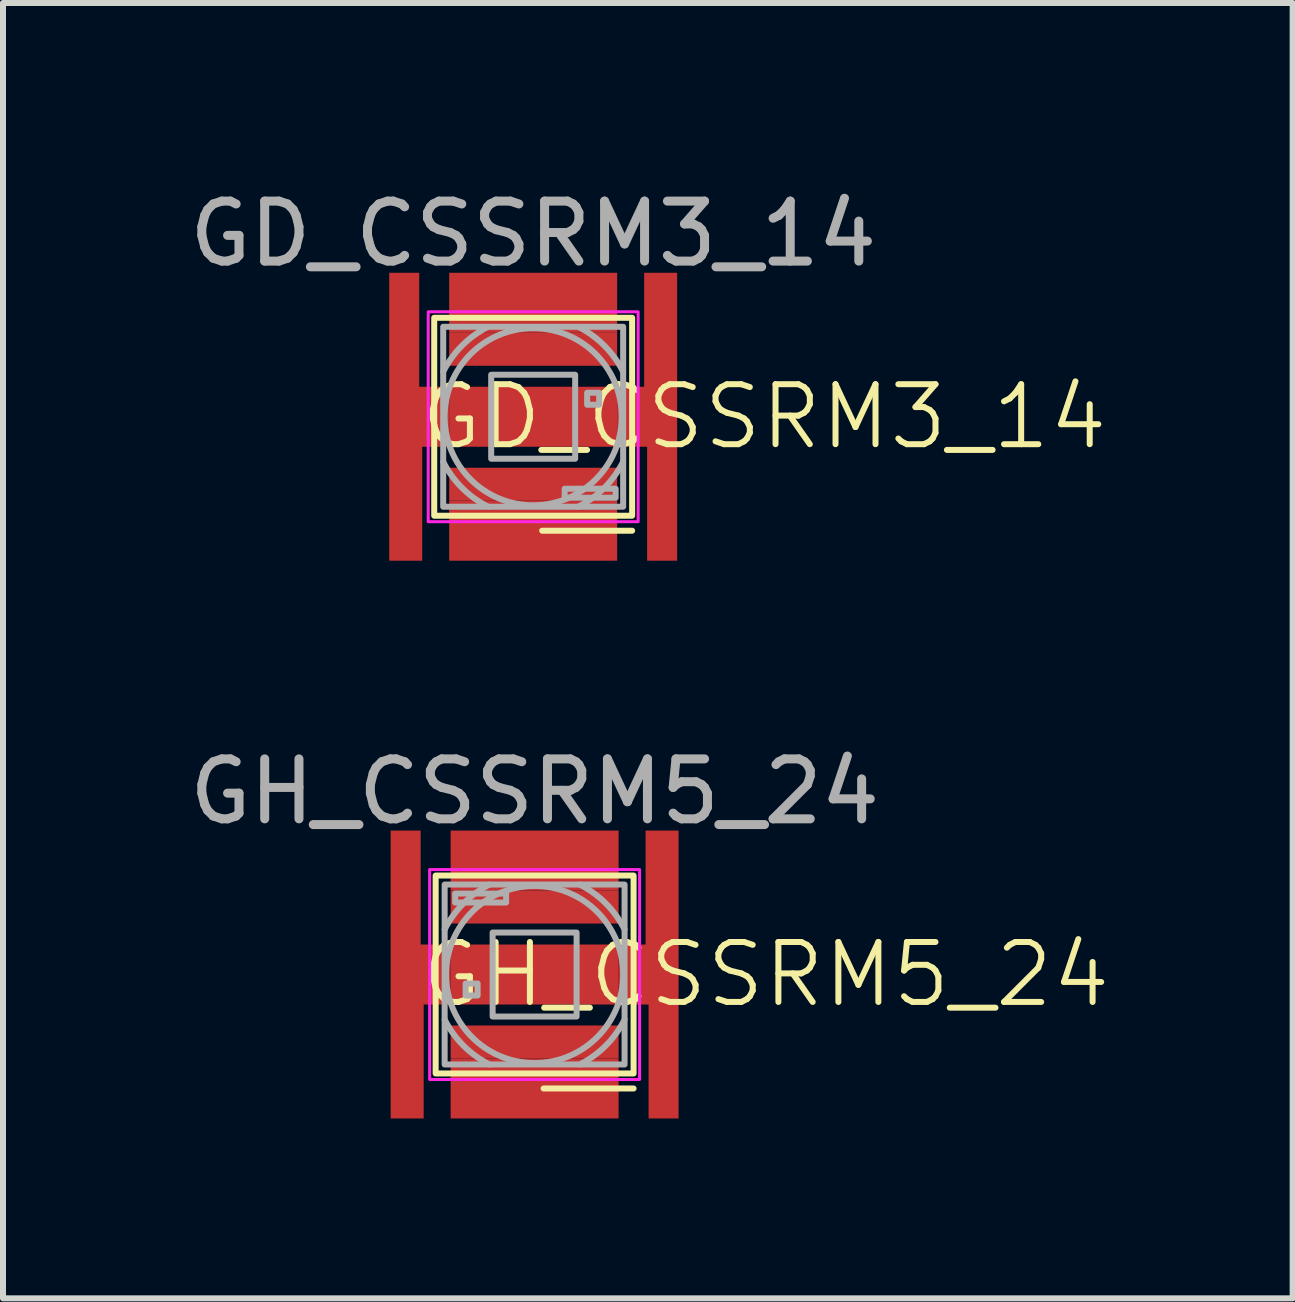
<source format=kicad_pcb>
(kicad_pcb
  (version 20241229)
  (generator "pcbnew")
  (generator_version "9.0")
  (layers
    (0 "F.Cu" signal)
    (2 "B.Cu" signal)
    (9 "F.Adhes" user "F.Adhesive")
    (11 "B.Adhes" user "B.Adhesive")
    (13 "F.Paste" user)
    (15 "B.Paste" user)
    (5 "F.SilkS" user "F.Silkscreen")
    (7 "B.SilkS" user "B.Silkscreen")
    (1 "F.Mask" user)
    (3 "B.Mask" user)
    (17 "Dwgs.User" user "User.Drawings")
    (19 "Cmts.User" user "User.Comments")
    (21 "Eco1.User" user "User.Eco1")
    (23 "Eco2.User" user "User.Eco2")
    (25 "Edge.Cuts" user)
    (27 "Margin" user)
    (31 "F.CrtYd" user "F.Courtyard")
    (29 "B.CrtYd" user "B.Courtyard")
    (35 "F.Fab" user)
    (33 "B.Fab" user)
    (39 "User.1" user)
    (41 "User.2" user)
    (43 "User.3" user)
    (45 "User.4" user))
  (footprint "GD_CSSRM3_14"
    (layer "F.Cu")
    (at 5.839 3.898)
    (property "Reference" "GD_CSSRM3_14" (at 3.85 0 0) (unlocked yes) (layer "F.SilkS") (effects (font (size 1 1) (thickness 0.1))))
    (attr smd)
    (fp_rect (start -1.4 -2.4) (end 1.4 -1.4) (stroke (width 0) (type solid)) (fill yes) (layer "F.Cu"))
    (fp_rect (start -1.4 1.4) (end 1.4 2.4) (stroke (width 0) (type solid)) (fill yes) (layer "F.Cu"))
    (fp_poly (pts (xy -1.4 0.5) (xy -1.85 0.5) (xy -1.85 2.4) (xy -2.4 2.4) (xy -2.4 -2.4) (xy -1.9 -2.4) (xy -1.9 -0.5) (xy -1.4 -0.5)) (stroke (width 0) (type solid)) (fill yes) (layer "F.Cu"))
    (fp_poly (pts (xy 1.4 -0.5) (xy 1.85 -0.5) (xy 1.85 -2.4) (xy 2.4 -2.4) (xy 2.4 2.4) (xy 1.9 2.4) (xy 1.9 0.5) (xy 1.4 0.5)) (stroke (width 0) (type solid)) (fill yes) (layer "F.Cu"))
    (fp_line (start 1.65 1.9) (end 0.15 1.9) (stroke (width 0.1) (type default)) (layer "F.SilkS"))
    (fp_rect (start -1.65 -1.65) (end 1.65 1.65) (stroke (width 0.1) (type default)) (fill no) (layer "F.SilkS"))
    (fp_rect (start -1.4 -0.5) (end -0.15 0.5) (stroke (width 0) (type solid)) (fill yes) (layer "F.Paste"))
    (fp_rect (start 0.15 -0.5) (end 1.4 0.5) (stroke (width 0) (type solid)) (fill yes) (layer "F.Paste"))
    (fp_rect (start 1.75 -1.75) (end -1.75 1.75) (stroke (width 0.05) (type default)) (fill no) (layer "F.CrtYd"))
    (fp_rect (start -1.5 -1.5) (end 1.5 1.5) (stroke (width 0.1) (type default)) (fill no) (layer "F.Fab"))
    (fp_rect (start -0.7 -0.7) (end 0.7 0.7) (stroke (width 0.1) (type default)) (fill no) (layer "F.Fab"))
    (fp_rect (start 0.525 1.2) (end 1.375 1.35) (stroke (width 0.1) (type default)) (fill no) (layer "F.Fab"))
    (fp_rect (start 0.9 -0.4) (end 1.1 -0.2) (stroke (width 0.1) (type default)) (fill no) (layer "F.Fab"))
    (fp_arc (start -1.499999 -0.75) (mid -1.185853 -1.185853) (end -0.75 -1.499999) (stroke (width 0.1) (type default)) (layer "F.Fab"))
    (fp_arc (start -0.75 1.499999) (mid -1.185853 1.185853) (end -1.499999 0.75) (stroke (width 0.1) (type default)) (layer "F.Fab"))
    (fp_arc (start 0.75 -1.499999) (mid 1.185853 -1.185853) (end 1.499999 -0.75) (stroke (width 0.1) (type default)) (layer "F.Fab"))
    (fp_arc (start 1.499999 0.75) (mid 1.185853 1.185853) (end 0.75 1.499999) (stroke (width 0.1) (type default)) (layer "F.Fab"))
    (fp_circle (center 0 0) (end 1.3 -0.7) (stroke (width 0.1) (type default)) (fill no) (layer "F.Fab"))
    (fp_text user "${REFERENCE}" (at 0 -3.05 0) (unlocked yes) (layer "F.Fab") (effects (font (size 1 1) (thickness 0.15))))
    (pad "1" smd rect (at 0 1.125 90) (size 0.55 2.8) (layers "F.Cu" "F.Mask" "F.Paste"))
    (pad "2" smd rect (at 0 -1.125 90) (size 0.55 2.8) (layers "F.Cu" "F.Mask" "F.Paste"))
    (pad "3" smd rect (at 0 0 90) (size 1 2.8) (property pad_prop_heatsink) (layers "F.Cu" "F.Mask")))
  (footprint "GH_CSSRM5_24"
    (layer "F.Cu")
    (at 5.863 13.197)
    (property "Reference" "GH_CSSRM5_24" (at 3.85 0 0) (unlocked yes) (layer "F.SilkS") (effects (font (size 1 1) (thickness 0.1))))
    (attr smd)
    (fp_rect (start -1.4 -2.4) (end 1.4 -1.4) (stroke (width 0) (type solid)) (fill yes) (layer "F.Cu"))
    (fp_rect (start -1.4 1.4) (end 1.4 2.4) (stroke (width 0) (type solid)) (fill yes) (layer "F.Cu"))
    (fp_poly (pts (xy -1.4 0.5) (xy -1.85 0.5) (xy -1.85 2.4) (xy -2.4 2.4) (xy -2.4 -2.4) (xy -1.9 -2.4) (xy -1.9 -0.5) (xy -1.4 -0.5)) (stroke (width 0) (type solid)) (fill yes) (layer "F.Cu"))
    (fp_poly (pts (xy 1.4 -0.5) (xy 1.85 -0.5) (xy 1.85 -2.4) (xy 2.4 -2.4) (xy 2.4 2.4) (xy 1.9 2.4) (xy 1.9 0.5) (xy 1.4 0.5)) (stroke (width 0) (type solid)) (fill yes) (layer "F.Cu"))
    (fp_line (start 1.65 1.9) (end 0.15 1.9) (stroke (width 0.1) (type default)) (layer "F.SilkS"))
    (fp_rect (start -1.65 -1.65) (end 1.65 1.65) (stroke (width 0.1) (type default)) (fill no) (layer "F.SilkS"))
    (fp_rect (start -1.4 -0.5) (end -0.15 0.5) (stroke (width 0) (type solid)) (fill yes) (layer "F.Paste"))
    (fp_rect (start 0.15 -0.5) (end 1.4 0.5) (stroke (width 0) (type solid)) (fill yes) (layer "F.Paste"))
    (fp_rect (start 1.75 -1.75) (end -1.75 1.75) (stroke (width 0.05) (type default)) (fill no) (layer "F.CrtYd"))
    (fp_rect (start -1.5 -1.5) (end 1.5 1.5) (stroke (width 0.1) (type default)) (fill no) (layer "F.Fab"))
    (fp_rect (start -1.325 -1.35) (end -0.475 -1.2) (stroke (width 0.1) (type default)) (fill no) (layer "F.Fab"))
    (fp_rect (start -1.15 0.15) (end -0.95 0.35) (stroke (width 0.1) (type default)) (fill no) (layer "F.Fab"))
    (fp_rect (start -0.7 -0.7) (end 0.7 0.7) (stroke (width 0.1) (type default)) (fill no) (layer "F.Fab"))
    (fp_arc (start -1.499999 -0.75) (mid -1.185853 -1.185853) (end -0.75 -1.499999) (stroke (width 0.1) (type default)) (layer "F.Fab"))
    (fp_arc (start -0.75 1.499999) (mid -1.185853 1.185853) (end -1.499999 0.75) (stroke (width 0.1) (type default)) (layer "F.Fab"))
    (fp_arc (start 0.75 -1.499999) (mid 1.185853 -1.185853) (end 1.499999 -0.75) (stroke (width 0.1) (type default)) (layer "F.Fab"))
    (fp_arc (start 1.499999 0.75) (mid 1.185853 1.185853) (end 0.75 1.499999) (stroke (width 0.1) (type default)) (layer "F.Fab"))
    (fp_circle (center 0 0) (end 1.3 -0.7) (stroke (width 0.1) (type default)) (fill no) (layer "F.Fab"))
    (fp_text user "${REFERENCE}" (at 0 -3.05 0) (unlocked yes) (layer "F.Fab") (effects (font (size 1 1) (thickness 0.15))))
    (pad "1" smd rect (at 0 1.125 90) (size 0.55 2.8) (layers "F.Cu" "F.Mask" "F.Paste"))
    (pad "2" smd rect (at 0 -1.125 90) (size 0.55 2.8) (layers "F.Cu" "F.Mask" "F.Paste"))
    (pad "3" smd rect (at 0 0 90) (size 1 2.8) (property pad_prop_heatsink) (layers "F.Cu" "F.Mask")))
  (gr_rect
    (start -3 -3)
    (end 18.501 18.596)
    (stroke (width 0.1) (type default))
    (fill no)
    (layer "Edge.Cuts")))
</source>
